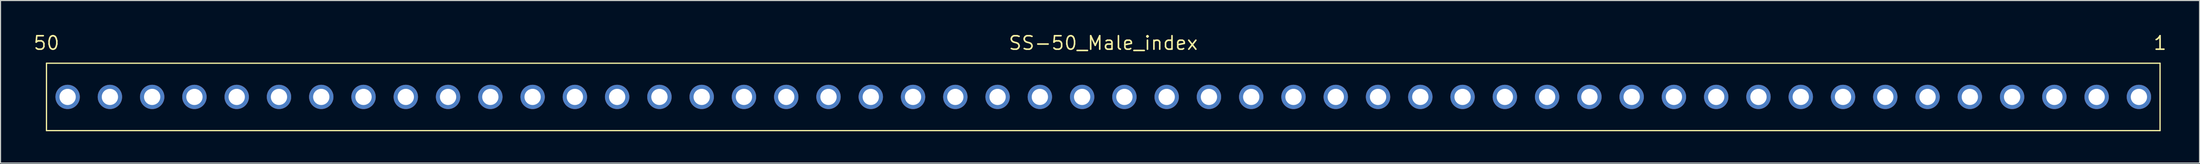
<source format=kicad_pcb>
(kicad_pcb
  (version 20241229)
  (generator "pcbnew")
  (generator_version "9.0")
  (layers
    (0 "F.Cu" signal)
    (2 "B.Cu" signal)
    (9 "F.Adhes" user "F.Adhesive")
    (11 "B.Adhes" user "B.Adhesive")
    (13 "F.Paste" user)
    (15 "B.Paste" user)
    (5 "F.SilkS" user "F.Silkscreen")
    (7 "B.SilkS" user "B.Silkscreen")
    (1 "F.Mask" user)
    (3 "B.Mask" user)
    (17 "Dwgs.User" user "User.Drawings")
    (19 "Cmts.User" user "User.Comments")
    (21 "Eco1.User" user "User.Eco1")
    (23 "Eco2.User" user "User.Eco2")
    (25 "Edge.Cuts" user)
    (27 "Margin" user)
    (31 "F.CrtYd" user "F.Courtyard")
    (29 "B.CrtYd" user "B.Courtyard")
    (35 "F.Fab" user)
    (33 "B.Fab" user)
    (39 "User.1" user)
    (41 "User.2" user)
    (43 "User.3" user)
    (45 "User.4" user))
  (footprint "SS-50_Male_index"
    (layer "F.Cu")
    (at 100.368 6.086)
    (property "Reference" "SS-50_Male_index" (at 0 -5.08 0) (layer "F.SilkS") (effects (font (size 1.27 1.27) (thickness 0.15))))
    (attr through_hole)
    (fp_line (start -99.06 -3.175) (end -99.06 3.175) (stroke (width 0.12) (type solid)) (layer "F.SilkS"))
    (fp_line (start -99.06 -3.175) (end 99.06 -3.175) (stroke (width 0.12) (type solid)) (layer "F.SilkS"))
    (fp_line (start -99.06 3.175) (end 99.06 3.175) (stroke (width 0.12) (type solid)) (layer "F.SilkS"))
    (fp_line (start 99.06 -3.175) (end 99.06 3.175) (stroke (width 0.12) (type solid)) (layer "F.SilkS"))
    (fp_text user "50" (at -99.06 -5.08 0) (layer "F.SilkS") (effects (font (size 1.27 1.27) (thickness 0.15))))
    (fp_text user "1" (at 99.06 -5.08 0) (layer "F.SilkS") (effects (font (size 1.27 1.27) (thickness 0.15))))
    (pad "1" thru_hole circle (at 97.079 0) (size 2.286 2.286) (drill 1.524) (layers "*.Cu" "*.Mask"))
    (pad "2" thru_hole circle (at 93.116 0) (size 2.286 2.286) (drill 1.524) (layers "*.Cu" "*.Mask"))
    (pad "3" thru_hole circle (at 89.154 0) (size 2.286 2.286) (drill 1.524) (layers "*.Cu" "*.Mask"))
    (pad "4" thru_hole circle (at 85.192 0) (size 2.286 2.286) (drill 1.524) (layers "*.Cu" "*.Mask"))
    (pad "5" thru_hole circle (at 81.229 0) (size 2.286 2.286) (drill 1.524) (layers "*.Cu" "*.Mask"))
    (pad "6" thru_hole circle (at 77.267 0) (size 2.286 2.286) (drill 1.524) (layers "*.Cu" "*.Mask"))
    (pad "7" thru_hole circle (at 73.304 0) (size 2.286 2.286) (drill 1.524) (layers "*.Cu" "*.Mask"))
    (pad "8" thru_hole circle (at 69.342 0) (size 2.286 2.286) (drill 1.524) (layers "*.Cu" "*.Mask"))
    (pad "9" thru_hole circle (at 65.38 0) (size 2.286 2.286) (drill 1.524) (layers "*.Cu" "*.Mask"))
    (pad "10" thru_hole circle (at 61.417 0) (size 2.286 2.286) (drill 1.524) (layers "*.Cu" "*.Mask"))
    (pad "11" thru_hole circle (at 57.455 0) (size 2.286 2.286) (drill 1.524) (layers "*.Cu" "*.Mask"))
    (pad "12" thru_hole circle (at 53.492 0) (size 2.286 2.286) (drill 1.524) (layers "*.Cu" "*.Mask"))
    (pad "13" thru_hole circle (at 49.53 0) (size 2.286 2.286) (drill 1.524) (layers "*.Cu" "*.Mask"))
    (pad "14" thru_hole circle (at 45.568 0) (size 2.286 2.286) (drill 1.524) (layers "*.Cu" "*.Mask"))
    (pad "15" thru_hole circle (at 41.605 0) (size 2.286 2.286) (drill 1.524) (layers "*.Cu" "*.Mask"))
    (pad "16" thru_hole circle (at 37.643 0) (size 2.286 2.286) (drill 1.524) (layers "*.Cu" "*.Mask"))
    (pad "17" thru_hole circle (at 33.68 0) (size 2.286 2.286) (drill 1.524) (layers "*.Cu" "*.Mask"))
    (pad "18" thru_hole circle (at 29.718 0) (size 2.286 2.286) (drill 1.524) (layers "*.Cu" "*.Mask"))
    (pad "19" thru_hole circle (at 25.756 0) (size 2.286 2.286) (drill 1.524) (layers "*.Cu" "*.Mask"))
    (pad "20" thru_hole circle (at 21.793 0) (size 2.286 2.286) (drill 1.524) (layers "*.Cu" "*.Mask"))
    (pad "21" thru_hole circle (at 17.831 0) (size 2.286 2.286) (drill 1.524) (layers "*.Cu" "*.Mask"))
    (pad "22" thru_hole circle (at 13.868 0) (size 2.286 2.286) (drill 1.524) (layers "*.Cu" "*.Mask"))
    (pad "23" thru_hole circle (at 9.906 0) (size 2.286 2.286) (drill 1.524) (layers "*.Cu" "*.Mask"))
    (pad "24" thru_hole circle (at 5.944 0) (size 2.286 2.286) (drill 1.524) (layers "*.Cu" "*.Mask"))
    (pad "25" thru_hole circle (at 1.981 0) (size 2.286 2.286) (drill 1.524) (layers "*.Cu" "*.Mask"))
    (pad "26" thru_hole circle (at -1.981 0) (size 2.286 2.286) (drill 1.524) (layers "*.Cu" "*.Mask"))
    (pad "27" thru_hole circle (at -5.944 0) (size 2.286 2.286) (drill 1.524) (layers "*.Cu" "*.Mask"))
    (pad "28" thru_hole circle (at -9.906 0) (size 2.286 2.286) (drill 1.524) (layers "*.Cu" "*.Mask"))
    (pad "29" thru_hole circle (at -13.868 0) (size 2.286 2.286) (drill 1.524) (layers "*.Cu" "*.Mask"))
    (pad "30" thru_hole circle (at -17.831 0) (size 2.286 2.286) (drill 1.524) (layers "*.Cu" "*.Mask"))
    (pad "31" thru_hole circle (at -21.793 0) (size 2.286 2.286) (drill 1.524) (layers "*.Cu" "*.Mask"))
    (pad "32" thru_hole circle (at -25.756 0) (size 2.286 2.286) (drill 1.524) (layers "*.Cu" "*.Mask"))
    (pad "33" thru_hole circle (at -29.718 0) (size 2.286 2.286) (drill 1.524) (layers "*.Cu" "*.Mask"))
    (pad "34" thru_hole circle (at -33.68 0) (size 2.286 2.286) (drill 1.524) (layers "*.Cu" "*.Mask"))
    (pad "35" thru_hole circle (at -37.643 0) (size 2.286 2.286) (drill 1.524) (layers "*.Cu" "*.Mask"))
    (pad "36" thru_hole circle (at -41.605 0) (size 2.286 2.286) (drill 1.524) (layers "*.Cu" "*.Mask"))
    (pad "37" thru_hole circle (at -45.568 0) (size 2.286 2.286) (drill 1.524) (layers "*.Cu" "*.Mask"))
    (pad "38" thru_hole circle (at -49.53 0) (size 2.286 2.286) (drill 1.524) (layers "*.Cu" "*.Mask"))
    (pad "39" thru_hole circle (at -53.492 0) (size 2.286 2.286) (drill 1.524) (layers "*.Cu" "*.Mask"))
    (pad "40" thru_hole circle (at -57.455 0) (size 2.286 2.286) (drill 1.524) (layers "*.Cu" "*.Mask"))
    (pad "41" thru_hole circle (at -61.417 0) (size 2.286 2.286) (drill 1.524) (layers "*.Cu" "*.Mask"))
    (pad "42" thru_hole circle (at -65.38 0) (size 2.286 2.286) (drill 1.524) (layers "*.Cu" "*.Mask"))
    (pad "43" thru_hole circle (at -69.342 0) (size 2.286 2.286) (drill 1.524) (layers "*.Cu" "*.Mask"))
    (pad "44" thru_hole circle (at -73.304 0) (size 2.286 2.286) (drill 1.524) (layers "*.Cu" "*.Mask"))
    (pad "45" thru_hole circle (at -77.267 0) (size 2.286 2.286) (drill 1.524) (layers "*.Cu" "*.Mask"))
    (pad "46" thru_hole circle (at -81.229 0) (size 2.286 2.286) (drill 1.524) (layers "*.Cu" "*.Mask"))
    (pad "47" thru_hole circle (at -85.192 0) (size 2.286 2.286) (drill 1.524) (layers "*.Cu" "*.Mask"))
    (pad "48" thru_hole circle (at -89.154 0) (size 2.286 2.286) (drill 1.524) (layers "*.Cu" "*.Mask"))
    (pad "49" thru_hole circle (at -93.116 0) (size 2.286 2.286) (drill 1.524) (layers "*.Cu" "*.Mask"))
    (pad "50" thru_hole circle (at -97.079 0) (size 2.286 2.286) (drill 1.524) (layers "*.Cu" "*.Mask")))
  (gr_rect
    (start -3 -3)
    (end 203.13 12.321)
    (stroke (width 0.1) (type default))
    (fill no)
    (layer "Edge.Cuts")))
</source>
